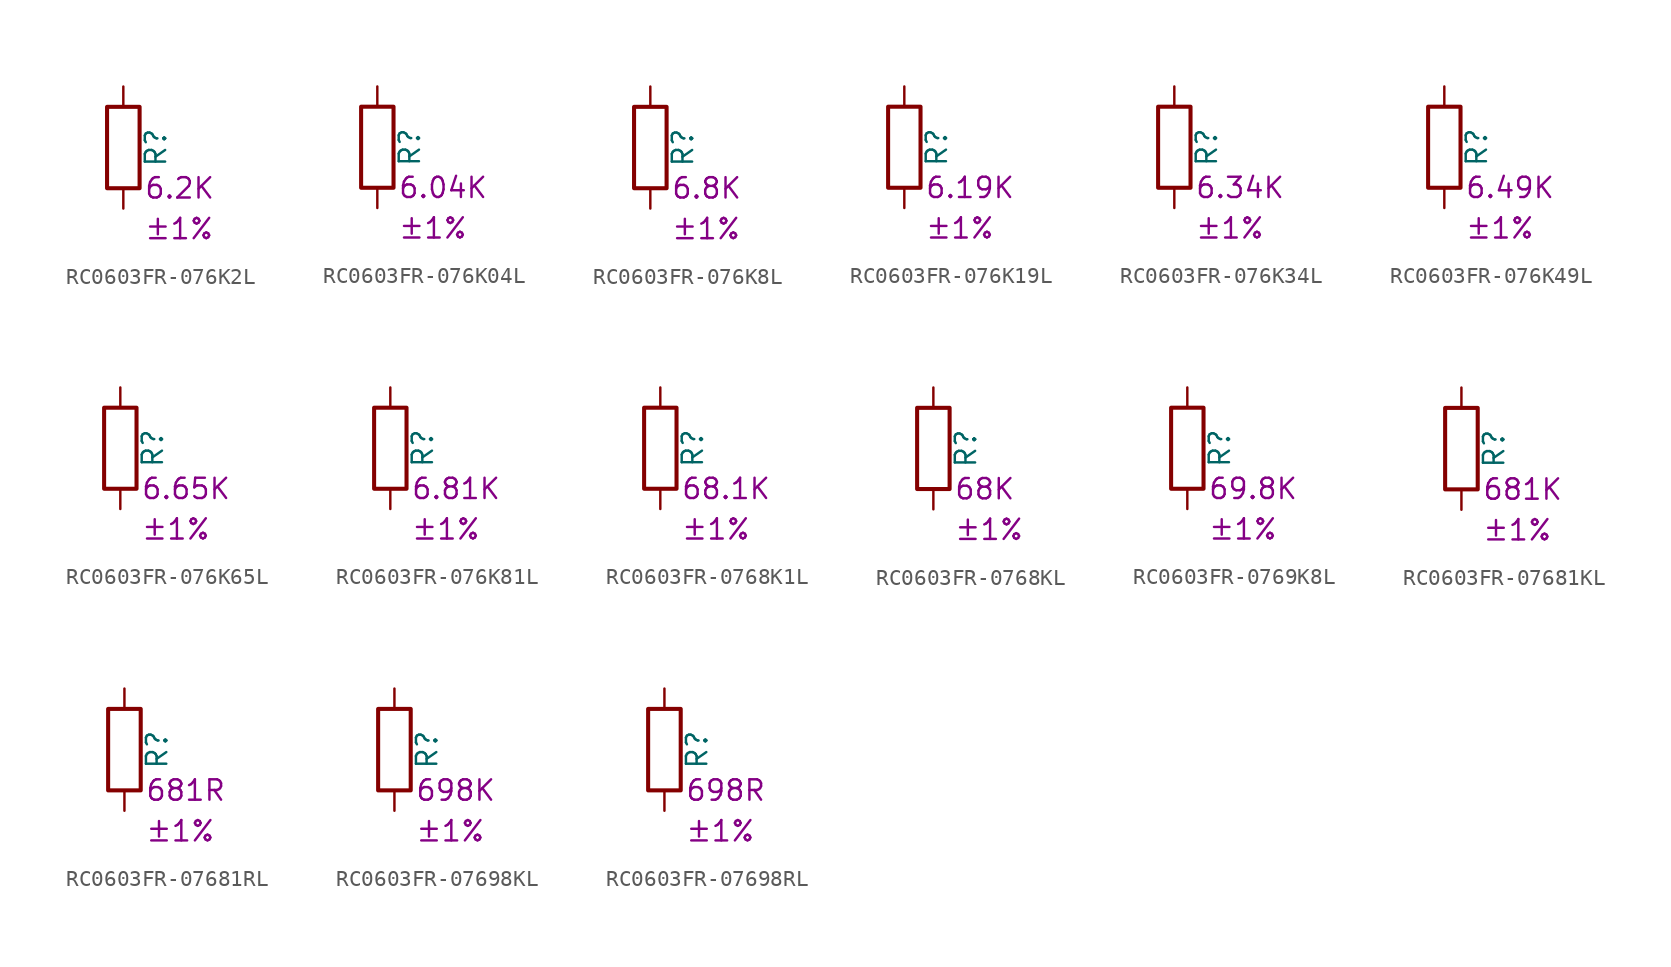
<source format=kicad_sym>
(kicad_symbol_lib
  (version 20220914)
  (generator kicad_symbol_editor)
  (symbol "RC0603FR-076K2L"
    (pin_numbers hide)
    (pin_names
      (offset 0))
    (property "Reference" "R"
      (at 2.032 0 90)
      (effects (font (size 1.27 1.27))))
    (property "Resistance" "6.2K"
      (at 1.27 -2.54 0)
      (effects (font (size 1.27 1.27)) (justify left)))
    (property "Tolerance" "±1%"
      (at 1.27 -5.08 0)
      (effects (font (size 1.27 1.27)) (justify left)))
    (symbol "RC0603FR-076K2L_0_1"
      (rectangle (start -1.016 -2.54) (end 1.016 2.54) (stroke (width 0.254) (type default)) (fill (type none))))
    (symbol "RC0603FR-076K2L_1_1"
      (pin passive line (at 0 3.81 270) (length 1.27) (name "~" (effects (font (size 1.27 1.27)))) (number "1" (effects (font (size 1.27 1.27)))))
      (pin passive line (at 0 -3.81 90) (length 1.27) (name "~" (effects (font (size 1.27 1.27)))) (number "2" (effects (font (size 1.27 1.27)))))))
  (symbol "RC0603FR-076K04L"
    (pin_numbers hide)
    (pin_names
      (offset 0))
    (property "Reference" "R"
      (at 2.032 0 90)
      (effects (font (size 1.27 1.27))))
    (property "Resistance" "6.04K"
      (at 1.27 -2.54 0)
      (effects (font (size 1.27 1.27)) (justify left)))
    (property "Tolerance" "±1%"
      (at 1.27 -5.08 0)
      (effects (font (size 1.27 1.27)) (justify left)))
    (symbol "RC0603FR-076K04L_0_1"
      (rectangle (start -1.016 -2.54) (end 1.016 2.54) (stroke (width 0.254) (type default)) (fill (type none))))
    (symbol "RC0603FR-076K04L_1_1"
      (pin passive line (at 0 3.81 270) (length 1.27) (name "~" (effects (font (size 1.27 1.27)))) (number "1" (effects (font (size 1.27 1.27)))))
      (pin passive line (at 0 -3.81 90) (length 1.27) (name "~" (effects (font (size 1.27 1.27)))) (number "2" (effects (font (size 1.27 1.27)))))))
  (symbol "RC0603FR-076K8L"
    (pin_numbers hide)
    (pin_names
      (offset 0))
    (property "Reference" "R"
      (at 2.032 0 90)
      (effects (font (size 1.27 1.27))))
    (property "Resistance" "6.8K"
      (at 1.27 -2.54 0)
      (effects (font (size 1.27 1.27)) (justify left)))
    (property "Tolerance" "±1%"
      (at 1.27 -5.08 0)
      (effects (font (size 1.27 1.27)) (justify left)))
    (symbol "RC0603FR-076K8L_0_1"
      (rectangle (start -1.016 -2.54) (end 1.016 2.54) (stroke (width 0.254) (type default)) (fill (type none))))
    (symbol "RC0603FR-076K8L_1_1"
      (pin passive line (at 0 3.81 270) (length 1.27) (name "~" (effects (font (size 1.27 1.27)))) (number "1" (effects (font (size 1.27 1.27)))))
      (pin passive line (at 0 -3.81 90) (length 1.27) (name "~" (effects (font (size 1.27 1.27)))) (number "2" (effects (font (size 1.27 1.27)))))))
  (symbol "RC0603FR-076K19L"
    (pin_numbers hide)
    (pin_names
      (offset 0))
    (property "Reference" "R"
      (at 2.032 0 90)
      (effects (font (size 1.27 1.27))))
    (property "Resistance" "6.19K"
      (at 1.27 -2.54 0)
      (effects (font (size 1.27 1.27)) (justify left)))
    (property "Tolerance" "±1%"
      (at 1.27 -5.08 0)
      (effects (font (size 1.27 1.27)) (justify left)))
    (symbol "RC0603FR-076K19L_0_1"
      (rectangle (start -1.016 -2.54) (end 1.016 2.54) (stroke (width 0.254) (type default)) (fill (type none))))
    (symbol "RC0603FR-076K19L_1_1"
      (pin passive line (at 0 3.81 270) (length 1.27) (name "~" (effects (font (size 1.27 1.27)))) (number "1" (effects (font (size 1.27 1.27)))))
      (pin passive line (at 0 -3.81 90) (length 1.27) (name "~" (effects (font (size 1.27 1.27)))) (number "2" (effects (font (size 1.27 1.27)))))))
  (symbol "RC0603FR-076K34L"
    (pin_numbers hide)
    (pin_names
      (offset 0))
    (property "Reference" "R"
      (at 2.032 0 90)
      (effects (font (size 1.27 1.27))))
    (property "Resistance" "6.34K"
      (at 1.27 -2.54 0)
      (effects (font (size 1.27 1.27)) (justify left)))
    (property "Tolerance" "±1%"
      (at 1.27 -5.08 0)
      (effects (font (size 1.27 1.27)) (justify left)))
    (symbol "RC0603FR-076K34L_0_1"
      (rectangle (start -1.016 -2.54) (end 1.016 2.54) (stroke (width 0.254) (type default)) (fill (type none))))
    (symbol "RC0603FR-076K34L_1_1"
      (pin passive line (at 0 3.81 270) (length 1.27) (name "~" (effects (font (size 1.27 1.27)))) (number "1" (effects (font (size 1.27 1.27)))))
      (pin passive line (at 0 -3.81 90) (length 1.27) (name "~" (effects (font (size 1.27 1.27)))) (number "2" (effects (font (size 1.27 1.27)))))))
  (symbol "RC0603FR-076K49L"
    (pin_numbers hide)
    (pin_names
      (offset 0))
    (property "Reference" "R"
      (at 2.032 0 90)
      (effects (font (size 1.27 1.27))))
    (property "Resistance" "6.49K"
      (at 1.27 -2.54 0)
      (effects (font (size 1.27 1.27)) (justify left)))
    (property "Tolerance" "±1%"
      (at 1.27 -5.08 0)
      (effects (font (size 1.27 1.27)) (justify left)))
    (symbol "RC0603FR-076K49L_0_1"
      (rectangle (start -1.016 -2.54) (end 1.016 2.54) (stroke (width 0.254) (type default)) (fill (type none))))
    (symbol "RC0603FR-076K49L_1_1"
      (pin passive line (at 0 3.81 270) (length 1.27) (name "~" (effects (font (size 1.27 1.27)))) (number "1" (effects (font (size 1.27 1.27)))))
      (pin passive line (at 0 -3.81 90) (length 1.27) (name "~" (effects (font (size 1.27 1.27)))) (number "2" (effects (font (size 1.27 1.27)))))))
  (symbol "RC0603FR-076K65L"
    (pin_numbers hide)
    (pin_names
      (offset 0))
    (property "Reference" "R"
      (at 2.032 0 90)
      (effects (font (size 1.27 1.27))))
    (property "Resistance" "6.65K"
      (at 1.27 -2.54 0)
      (effects (font (size 1.27 1.27)) (justify left)))
    (property "Tolerance" "±1%"
      (at 1.27 -5.08 0)
      (effects (font (size 1.27 1.27)) (justify left)))
    (symbol "RC0603FR-076K65L_0_1"
      (rectangle (start -1.016 -2.54) (end 1.016 2.54) (stroke (width 0.254) (type default)) (fill (type none))))
    (symbol "RC0603FR-076K65L_1_1"
      (pin passive line (at 0 3.81 270) (length 1.27) (name "~" (effects (font (size 1.27 1.27)))) (number "1" (effects (font (size 1.27 1.27)))))
      (pin passive line (at 0 -3.81 90) (length 1.27) (name "~" (effects (font (size 1.27 1.27)))) (number "2" (effects (font (size 1.27 1.27)))))))
  (symbol "RC0603FR-076K81L"
    (pin_numbers hide)
    (pin_names
      (offset 0))
    (property "Reference" "R"
      (at 2.032 0 90)
      (effects (font (size 1.27 1.27))))
    (property "Resistance" "6.81K"
      (at 1.27 -2.54 0)
      (effects (font (size 1.27 1.27)) (justify left)))
    (property "Tolerance" "±1%"
      (at 1.27 -5.08 0)
      (effects (font (size 1.27 1.27)) (justify left)))
    (symbol "RC0603FR-076K81L_0_1"
      (rectangle (start -1.016 -2.54) (end 1.016 2.54) (stroke (width 0.254) (type default)) (fill (type none))))
    (symbol "RC0603FR-076K81L_1_1"
      (pin passive line (at 0 3.81 270) (length 1.27) (name "~" (effects (font (size 1.27 1.27)))) (number "1" (effects (font (size 1.27 1.27)))))
      (pin passive line (at 0 -3.81 90) (length 1.27) (name "~" (effects (font (size 1.27 1.27)))) (number "2" (effects (font (size 1.27 1.27)))))))
  (symbol "RC0603FR-0768K1L"
    (pin_numbers hide)
    (pin_names
      (offset 0))
    (property "Reference" "R"
      (at 2.032 0 90)
      (effects (font (size 1.27 1.27))))
    (property "Resistance" "68.1K"
      (at 1.27 -2.54 0)
      (effects (font (size 1.27 1.27)) (justify left)))
    (property "Tolerance" "±1%"
      (at 1.27 -5.08 0)
      (effects (font (size 1.27 1.27)) (justify left)))
    (symbol "RC0603FR-0768K1L_0_1"
      (rectangle (start -1.016 -2.54) (end 1.016 2.54) (stroke (width 0.254) (type default)) (fill (type none))))
    (symbol "RC0603FR-0768K1L_1_1"
      (pin passive line (at 0 3.81 270) (length 1.27) (name "~" (effects (font (size 1.27 1.27)))) (number "1" (effects (font (size 1.27 1.27)))))
      (pin passive line (at 0 -3.81 90) (length 1.27) (name "~" (effects (font (size 1.27 1.27)))) (number "2" (effects (font (size 1.27 1.27)))))))
  (symbol "RC0603FR-0768KL"
    (pin_numbers hide)
    (pin_names
      (offset 0))
    (property "Reference" "R"
      (at 2.032 0 90)
      (effects (font (size 1.27 1.27))))
    (property "Resistance" "68K"
      (at 1.27 -2.54 0)
      (effects (font (size 1.27 1.27)) (justify left)))
    (property "Tolerance" "±1%"
      (at 1.27 -5.08 0)
      (effects (font (size 1.27 1.27)) (justify left)))
    (symbol "RC0603FR-0768KL_0_1"
      (rectangle (start -1.016 -2.54) (end 1.016 2.54) (stroke (width 0.254) (type default)) (fill (type none))))
    (symbol "RC0603FR-0768KL_1_1"
      (pin passive line (at 0 3.81 270) (length 1.27) (name "~" (effects (font (size 1.27 1.27)))) (number "1" (effects (font (size 1.27 1.27)))))
      (pin passive line (at 0 -3.81 90) (length 1.27) (name "~" (effects (font (size 1.27 1.27)))) (number "2" (effects (font (size 1.27 1.27)))))))
  (symbol "RC0603FR-0769K8L"
    (pin_numbers hide)
    (pin_names
      (offset 0))
    (property "Reference" "R"
      (at 2.032 0 90)
      (effects (font (size 1.27 1.27))))
    (property "Resistance" "69.8K"
      (at 1.27 -2.54 0)
      (effects (font (size 1.27 1.27)) (justify left)))
    (property "Tolerance" "±1%"
      (at 1.27 -5.08 0)
      (effects (font (size 1.27 1.27)) (justify left)))
    (symbol "RC0603FR-0769K8L_0_1"
      (rectangle (start -1.016 -2.54) (end 1.016 2.54) (stroke (width 0.254) (type default)) (fill (type none))))
    (symbol "RC0603FR-0769K8L_1_1"
      (pin passive line (at 0 3.81 270) (length 1.27) (name "~" (effects (font (size 1.27 1.27)))) (number "1" (effects (font (size 1.27 1.27)))))
      (pin passive line (at 0 -3.81 90) (length 1.27) (name "~" (effects (font (size 1.27 1.27)))) (number "2" (effects (font (size 1.27 1.27)))))))
  (symbol "RC0603FR-07681KL"
    (pin_numbers hide)
    (pin_names
      (offset 0))
    (property "Reference" "R"
      (at 2.032 0 90)
      (effects (font (size 1.27 1.27))))
    (property "Resistance" "681K"
      (at 1.27 -2.54 0)
      (effects (font (size 1.27 1.27)) (justify left)))
    (property "Tolerance" "±1%"
      (at 1.27 -5.08 0)
      (effects (font (size 1.27 1.27)) (justify left)))
    (symbol "RC0603FR-07681KL_0_1"
      (rectangle (start -1.016 -2.54) (end 1.016 2.54) (stroke (width 0.254) (type default)) (fill (type none))))
    (symbol "RC0603FR-07681KL_1_1"
      (pin passive line (at 0 3.81 270) (length 1.27) (name "~" (effects (font (size 1.27 1.27)))) (number "1" (effects (font (size 1.27 1.27)))))
      (pin passive line (at 0 -3.81 90) (length 1.27) (name "~" (effects (font (size 1.27 1.27)))) (number "2" (effects (font (size 1.27 1.27)))))))
  (symbol "RC0603FR-07681RL"
    (pin_numbers hide)
    (pin_names
      (offset 0))
    (property "Reference" "R"
      (at 2.032 0 90)
      (effects (font (size 1.27 1.27))))
    (property "Resistance" "681R"
      (at 1.27 -2.54 0)
      (effects (font (size 1.27 1.27)) (justify left)))
    (property "Tolerance" "±1%"
      (at 1.27 -5.08 0)
      (effects (font (size 1.27 1.27)) (justify left)))
    (symbol "RC0603FR-07681RL_0_1"
      (rectangle (start -1.016 -2.54) (end 1.016 2.54) (stroke (width 0.254) (type default)) (fill (type none))))
    (symbol "RC0603FR-07681RL_1_1"
      (pin passive line (at 0 3.81 270) (length 1.27) (name "~" (effects (font (size 1.27 1.27)))) (number "1" (effects (font (size 1.27 1.27)))))
      (pin passive line (at 0 -3.81 90) (length 1.27) (name "~" (effects (font (size 1.27 1.27)))) (number "2" (effects (font (size 1.27 1.27)))))))
  (symbol "RC0603FR-07698KL"
    (pin_numbers hide)
    (pin_names
      (offset 0))
    (property "Reference" "R"
      (at 2.032 0 90)
      (effects (font (size 1.27 1.27))))
    (property "Resistance" "698K"
      (at 1.27 -2.54 0)
      (effects (font (size 1.27 1.27)) (justify left)))
    (property "Tolerance" "±1%"
      (at 1.27 -5.08 0)
      (effects (font (size 1.27 1.27)) (justify left)))
    (symbol "RC0603FR-07698KL_0_1"
      (rectangle (start -1.016 -2.54) (end 1.016 2.54) (stroke (width 0.254) (type default)) (fill (type none))))
    (symbol "RC0603FR-07698KL_1_1"
      (pin passive line (at 0 3.81 270) (length 1.27) (name "~" (effects (font (size 1.27 1.27)))) (number "1" (effects (font (size 1.27 1.27)))))
      (pin passive line (at 0 -3.81 90) (length 1.27) (name "~" (effects (font (size 1.27 1.27)))) (number "2" (effects (font (size 1.27 1.27)))))))
  (symbol "RC0603FR-07698RL"
    (pin_numbers hide)
    (pin_names
      (offset 0))
    (property "Reference" "R"
      (at 2.032 0 90)
      (effects (font (size 1.27 1.27))))
    (property "Resistance" "698R"
      (at 1.27 -2.54 0)
      (effects (font (size 1.27 1.27)) (justify left)))
    (property "Tolerance" "±1%"
      (at 1.27 -5.08 0)
      (effects (font (size 1.27 1.27)) (justify left)))
    (symbol "RC0603FR-07698RL_0_1"
      (rectangle (start -1.016 -2.54) (end 1.016 2.54) (stroke (width 0.254) (type default)) (fill (type none))))
    (symbol "RC0603FR-07698RL_1_1"
      (pin passive line (at 0 3.81 270) (length 1.27) (name "~" (effects (font (size 1.27 1.27)))) (number "1" (effects (font (size 1.27 1.27)))))
      (pin passive line (at 0 -3.81 90) (length 1.27) (name "~" (effects (font (size 1.27 1.27)))) (number "2" (effects (font (size 1.27 1.27))))))))
</source>
